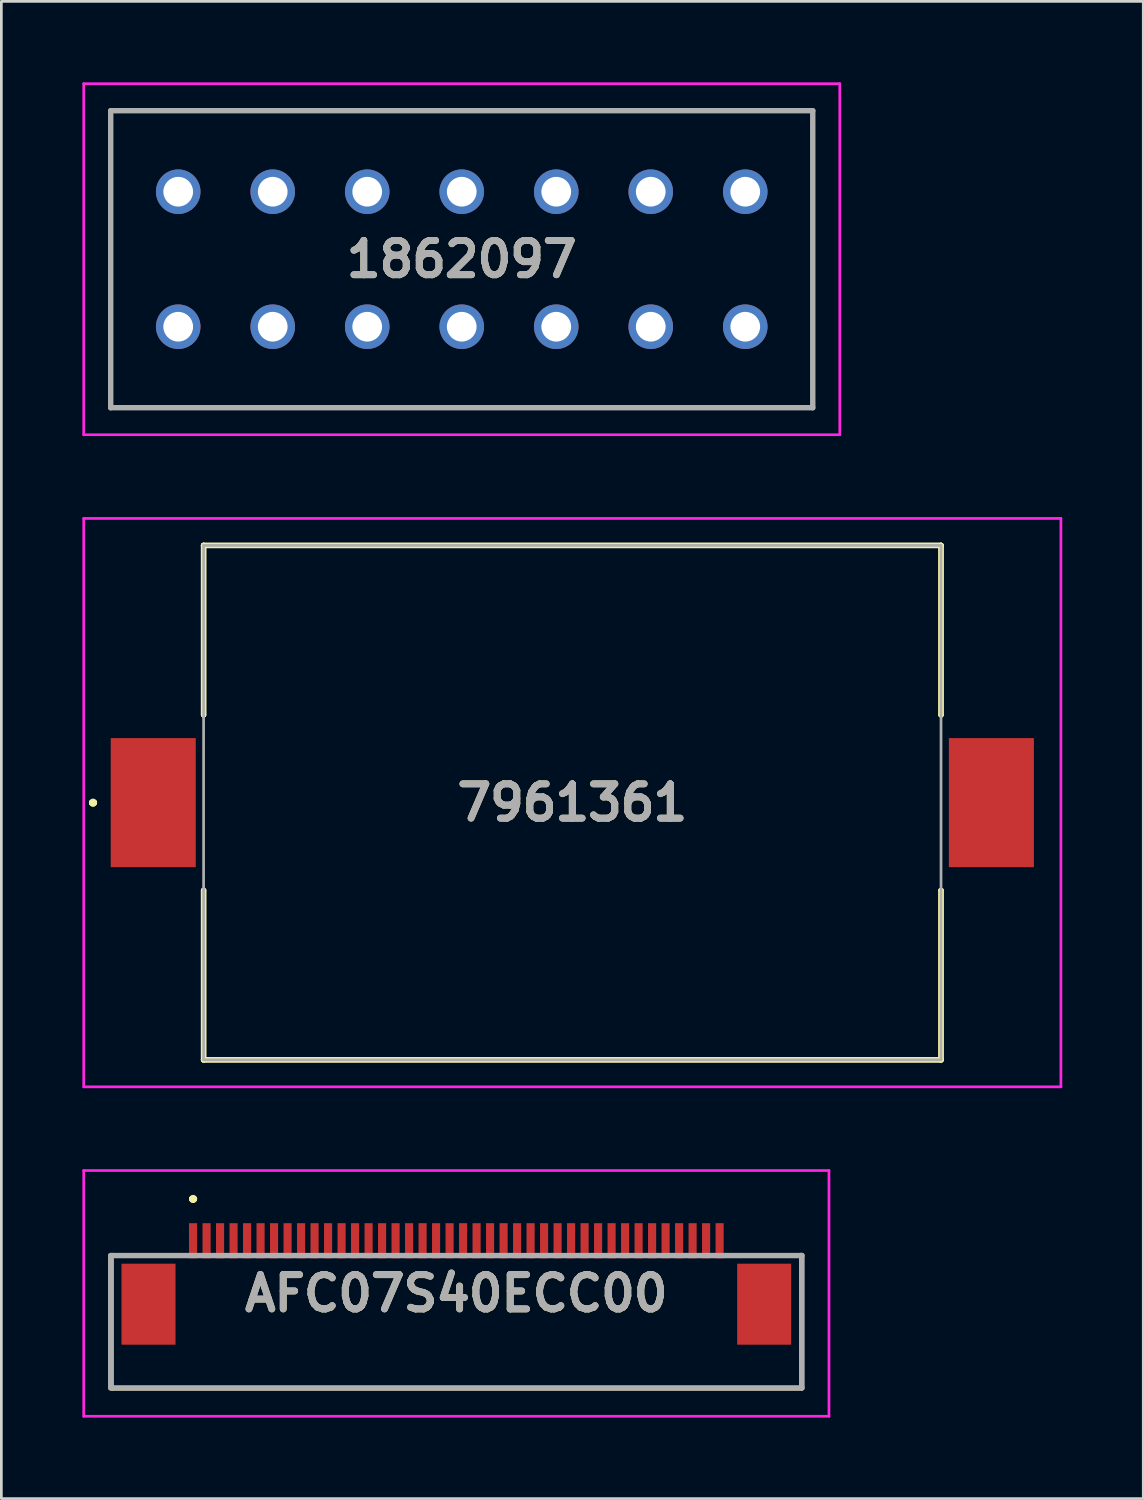
<source format=kicad_pcb>
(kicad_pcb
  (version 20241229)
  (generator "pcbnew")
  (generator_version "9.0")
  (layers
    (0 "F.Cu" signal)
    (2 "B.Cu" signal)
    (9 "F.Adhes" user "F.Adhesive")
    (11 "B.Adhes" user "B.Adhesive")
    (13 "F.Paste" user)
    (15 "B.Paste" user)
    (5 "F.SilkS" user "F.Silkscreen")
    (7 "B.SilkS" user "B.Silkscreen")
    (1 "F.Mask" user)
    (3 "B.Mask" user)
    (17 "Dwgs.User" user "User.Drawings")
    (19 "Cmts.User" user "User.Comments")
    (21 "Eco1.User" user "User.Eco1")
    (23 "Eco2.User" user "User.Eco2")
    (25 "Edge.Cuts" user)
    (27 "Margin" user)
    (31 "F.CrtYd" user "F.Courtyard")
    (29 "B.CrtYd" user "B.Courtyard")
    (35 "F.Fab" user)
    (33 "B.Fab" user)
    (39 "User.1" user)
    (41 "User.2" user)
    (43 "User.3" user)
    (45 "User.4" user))
  (footprint "7961361"
    (layer "F.Cu")
    (at 18.145 26.675)
    (property "Reference" "7961361" (at 0 0 0) (layer "F.SilkS") (effects (font (size 1.27 1.27) (thickness 0.254))))
    (attr smd)
    (fp_line (start -17.8 0) (end -17.8 0) (stroke (width 0.2) (type solid)) (layer "F.SilkS"))
    (fp_line (start -17.8 0) (end -17.8 0) (stroke (width 0.2) (type solid)) (layer "F.SilkS"))
    (fp_line (start -17.7 0) (end -17.7 0) (stroke (width 0.2) (type solid)) (layer "F.SilkS"))
    (fp_line (start -13.655 -9.525) (end -13.655 -9.525) (stroke (width 0.2) (type solid)) (layer "F.SilkS"))
    (fp_line (start -13.655 -9.525) (end -13.655 -9.525) (stroke (width 0.2) (type solid)) (layer "F.SilkS"))
    (fp_line (start -13.655 -9.525) (end -13.655 -3.25) (stroke (width 0.2) (type solid)) (layer "F.SilkS"))
    (fp_line (start -13.655 -9.525) (end 13.655 -9.525) (stroke (width 0.2) (type solid)) (layer "F.SilkS"))
    (fp_line (start -13.655 -3.25) (end -13.655 -9.525) (stroke (width 0.2) (type solid)) (layer "F.SilkS"))
    (fp_line (start -13.655 -3.25) (end -13.655 -3.25) (stroke (width 0.2) (type solid)) (layer "F.SilkS"))
    (fp_line (start -13.655 3.25) (end -13.655 3.25) (stroke (width 0.2) (type solid)) (layer "F.SilkS"))
    (fp_line (start -13.655 3.25) (end -13.655 9.525) (stroke (width 0.2) (type solid)) (layer "F.SilkS"))
    (fp_line (start -13.655 9.525) (end -13.655 3.25) (stroke (width 0.2) (type solid)) (layer "F.SilkS"))
    (fp_line (start -13.655 9.525) (end -13.655 9.525) (stroke (width 0.2) (type solid)) (layer "F.SilkS"))
    (fp_line (start -13.655 9.525) (end -13.655 9.525) (stroke (width 0.2) (type solid)) (layer "F.SilkS"))
    (fp_line (start -13.655 9.525) (end 13.655 9.525) (stroke (width 0.2) (type solid)) (layer "F.SilkS"))
    (fp_line (start 13.655 -9.525) (end -13.655 -9.525) (stroke (width 0.2) (type solid)) (layer "F.SilkS"))
    (fp_line (start 13.655 -9.525) (end 13.655 -9.525) (stroke (width 0.2) (type solid)) (layer "F.SilkS"))
    (fp_line (start 13.655 -9.525) (end 13.655 -9.525) (stroke (width 0.2) (type solid)) (layer "F.SilkS"))
    (fp_line (start 13.655 -9.525) (end 13.655 -3.25) (stroke (width 0.2) (type solid)) (layer "F.SilkS"))
    (fp_line (start 13.655 -3.25) (end 13.655 -9.525) (stroke (width 0.2) (type solid)) (layer "F.SilkS"))
    (fp_line (start 13.655 -3.25) (end 13.655 -3.25) (stroke (width 0.2) (type solid)) (layer "F.SilkS"))
    (fp_line (start 13.655 3.25) (end 13.655 3.25) (stroke (width 0.2) (type solid)) (layer "F.SilkS"))
    (fp_line (start 13.655 3.25) (end 13.655 9.525) (stroke (width 0.2) (type solid)) (layer "F.SilkS"))
    (fp_line (start 13.655 9.525) (end -13.655 9.525) (stroke (width 0.2) (type solid)) (layer "F.SilkS"))
    (fp_line (start 13.655 9.525) (end 13.655 3.25) (stroke (width 0.2) (type solid)) (layer "F.SilkS"))
    (fp_line (start 13.655 9.525) (end 13.655 9.525) (stroke (width 0.2) (type solid)) (layer "F.SilkS"))
    (fp_line (start 13.655 9.525) (end 13.655 9.525) (stroke (width 0.2) (type solid)) (layer "F.SilkS"))
    (fp_arc (start -17.8 0) (mid -17.75 -0.05) (end -17.7 0) (stroke (width 0.2) (type solid)) (layer "F.SilkS"))
    (fp_arc (start -17.7 0) (mid -17.75 0.05) (end -17.8 0) (stroke (width 0.2) (type solid)) (layer "F.SilkS"))
    (fp_arc (start -17.7 0) (mid -17.75 0.05) (end -17.8 0) (stroke (width 0.2) (type solid)) (layer "F.SilkS"))
    (fp_line (start -18.095 -10.525) (end 18.095 -10.525) (stroke (width 0.1) (type solid)) (layer "F.CrtYd"))
    (fp_line (start -18.095 10.525) (end -18.095 -10.525) (stroke (width 0.1) (type solid)) (layer "F.CrtYd"))
    (fp_line (start 18.095 -10.525) (end 18.095 10.525) (stroke (width 0.1) (type solid)) (layer "F.CrtYd"))
    (fp_line (start 18.095 10.525) (end -18.095 10.525) (stroke (width 0.1) (type solid)) (layer "F.CrtYd"))
    (fp_line (start -13.655 -9.525) (end -13.655 9.525) (stroke (width 0.1) (type solid)) (layer "F.Fab"))
    (fp_line (start -13.655 9.525) (end 13.655 9.525) (stroke (width 0.1) (type solid)) (layer "F.Fab"))
    (fp_line (start 13.655 -9.525) (end -13.655 -9.525) (stroke (width 0.1) (type solid)) (layer "F.Fab"))
    (fp_line (start 13.655 9.525) (end 13.655 -9.525) (stroke (width 0.1) (type solid)) (layer "F.Fab"))
    (fp_text user "${REFERENCE}" (at 0 0 0) (layer "F.Fab") (effects (font (size 1.27 1.27) (thickness 0.254))))
    (pad "1" smd rect (at -15.52 0) (size 3.15 4.78) (layers "F.Cu" "F.Mask" "F.Paste"))
    (pad "2" smd rect (at 15.52 0) (size 3.15 4.78) (layers "F.Cu" "F.Mask" "F.Paste")))
  (footprint "AFC07S40ECC00"
    (layer "F.Cu")
    (at 13.85 45.65)
    (property "Reference" "AFC07S40ECC00" (at 0 -0.8 0) (layer "F.SilkS") (effects (font (size 1.27 1.27) (thickness 0.254))))
    (attr smd)
    (fp_line (start -12.75 -2.25) (end -12.75 -2.25) (stroke (width 0.1) (type solid)) (layer "F.SilkS"))
    (fp_line (start -12.75 -2.25) (end -12.75 2.7) (stroke (width 0.1) (type solid)) (layer "F.SilkS"))
    (fp_line (start -12.75 2.7) (end -12.75 -2.25) (stroke (width 0.1) (type solid)) (layer "F.SilkS"))
    (fp_line (start -12.75 2.7) (end -12.75 2.7) (stroke (width 0.1) (type solid)) (layer "F.SilkS"))
    (fp_line (start -12.75 2.7) (end -12.75 2.75) (stroke (width 0.1) (type solid)) (layer "F.SilkS"))
    (fp_line (start -12.75 2.75) (end 12.8 2.75) (stroke (width 0.1) (type solid)) (layer "F.SilkS"))
    (fp_line (start -9.8 -4.3) (end -9.8 -4.3) (stroke (width 0.2) (type solid)) (layer "F.SilkS"))
    (fp_line (start -9.8 -4.3) (end -9.8 -4.3) (stroke (width 0.2) (type solid)) (layer "F.SilkS"))
    (fp_line (start -9.7 -4.3) (end -9.7 -4.3) (stroke (width 0.2) (type solid)) (layer "F.SilkS"))
    (fp_line (start 12.75 -2.25) (end 12.8 -2.25) (stroke (width 0.1) (type solid)) (layer "F.SilkS"))
    (fp_line (start 12.75 2.7) (end 12.75 -2.25) (stroke (width 0.1) (type solid)) (layer "F.SilkS"))
    (fp_line (start 12.8 -2.25) (end 12.8 2.7) (stroke (width 0.1) (type solid)) (layer "F.SilkS"))
    (fp_line (start 12.8 2.7) (end -12.75 2.7) (stroke (width 0.1) (type solid)) (layer "F.SilkS"))
    (fp_line (start 12.8 2.7) (end 12.75 2.7) (stroke (width 0.1) (type solid)) (layer "F.SilkS"))
    (fp_line (start 12.8 2.75) (end 12.8 2.7) (stroke (width 0.1) (type solid)) (layer "F.SilkS"))
    (fp_arc (start -9.8 -4.3) (mid -9.75 -4.35) (end -9.7 -4.3) (stroke (width 0.2) (type solid)) (layer "F.SilkS"))
    (fp_arc (start -9.7 -4.3) (mid -9.75 -4.25) (end -9.8 -4.3) (stroke (width 0.2) (type solid)) (layer "F.SilkS"))
    (fp_arc (start -9.7 -4.3) (mid -9.75 -4.25) (end -9.8 -4.3) (stroke (width 0.2) (type solid)) (layer "F.SilkS"))
    (fp_line (start -13.8 -5.35) (end 13.8 -5.35) (stroke (width 0.1) (type solid)) (layer "F.CrtYd"))
    (fp_line (start -13.8 3.75) (end -13.8 -5.35) (stroke (width 0.1) (type solid)) (layer "F.CrtYd"))
    (fp_line (start 13.8 -5.35) (end 13.8 3.75) (stroke (width 0.1) (type solid)) (layer "F.CrtYd"))
    (fp_line (start 13.8 3.75) (end -13.8 3.75) (stroke (width 0.1) (type solid)) (layer "F.CrtYd"))
    (fp_line (start -12.8 -2.2) (end 12.8 -2.2) (stroke (width 0.2) (type solid)) (layer "F.Fab"))
    (fp_line (start -12.8 2.7) (end -12.8 -2.2) (stroke (width 0.2) (type solid)) (layer "F.Fab"))
    (fp_line (start 12.8 -2.2) (end 12.8 2.7) (stroke (width 0.2) (type solid)) (layer "F.Fab"))
    (fp_line (start 12.8 2.7) (end -12.8 2.7) (stroke (width 0.2) (type solid)) (layer "F.Fab"))
    (fp_text user "${REFERENCE}" (at 0 -0.8 0) (layer "F.Fab") (effects (font (size 1.27 1.27) (thickness 0.254))))
    (pad "1" smd rect (at -9.75 -2.75) (size 0.3 1.3) (layers "F.Cu" "F.Mask" "F.Paste"))
    (pad "2" smd rect (at -9.25 -2.75) (size 0.3 1.3) (layers "F.Cu" "F.Mask" "F.Paste"))
    (pad "3" smd rect (at -8.75 -2.75) (size 0.3 1.3) (layers "F.Cu" "F.Mask" "F.Paste"))
    (pad "4" smd rect (at -8.25 -2.75) (size 0.3 1.3) (layers "F.Cu" "F.Mask" "F.Paste"))
    (pad "5" smd rect (at -7.75 -2.75) (size 0.3 1.3) (layers "F.Cu" "F.Mask" "F.Paste"))
    (pad "6" smd rect (at -7.25 -2.75) (size 0.3 1.3) (layers "F.Cu" "F.Mask" "F.Paste"))
    (pad "7" smd rect (at -6.75 -2.75) (size 0.3 1.3) (layers "F.Cu" "F.Mask" "F.Paste"))
    (pad "8" smd rect (at -6.25 -2.75) (size 0.3 1.3) (layers "F.Cu" "F.Mask" "F.Paste"))
    (pad "9" smd rect (at -5.75 -2.75) (size 0.3 1.3) (layers "F.Cu" "F.Mask" "F.Paste"))
    (pad "10" smd rect (at -5.25 -2.75) (size 0.3 1.3) (layers "F.Cu" "F.Mask" "F.Paste"))
    (pad "11" smd rect (at -4.75 -2.75) (size 0.3 1.3) (layers "F.Cu" "F.Mask" "F.Paste"))
    (pad "12" smd rect (at -4.25 -2.75) (size 0.3 1.3) (layers "F.Cu" "F.Mask" "F.Paste"))
    (pad "13" smd rect (at -3.75 -2.75) (size 0.3 1.3) (layers "F.Cu" "F.Mask" "F.Paste"))
    (pad "14" smd rect (at -3.25 -2.75) (size 0.3 1.3) (layers "F.Cu" "F.Mask" "F.Paste"))
    (pad "15" smd rect (at -2.75 -2.75) (size 0.3 1.3) (layers "F.Cu" "F.Mask" "F.Paste"))
    (pad "16" smd rect (at -2.25 -2.75) (size 0.3 1.3) (layers "F.Cu" "F.Mask" "F.Paste"))
    (pad "17" smd rect (at -1.75 -2.75) (size 0.3 1.3) (layers "F.Cu" "F.Mask" "F.Paste"))
    (pad "18" smd rect (at -1.25 -2.75) (size 0.3 1.3) (layers "F.Cu" "F.Mask" "F.Paste"))
    (pad "19" smd rect (at -0.75 -2.75) (size 0.3 1.3) (layers "F.Cu" "F.Mask" "F.Paste"))
    (pad "20" smd rect (at -0.25 -2.75) (size 0.3 1.3) (layers "F.Cu" "F.Mask" "F.Paste"))
    (pad "21" smd rect (at 0.25 -2.75) (size 0.3 1.3) (layers "F.Cu" "F.Mask" "F.Paste"))
    (pad "22" smd rect (at 0.75 -2.75) (size 0.3 1.3) (layers "F.Cu" "F.Mask" "F.Paste"))
    (pad "23" smd rect (at 1.25 -2.75) (size 0.3 1.3) (layers "F.Cu" "F.Mask" "F.Paste"))
    (pad "24" smd rect (at 1.75 -2.75) (size 0.3 1.3) (layers "F.Cu" "F.Mask" "F.Paste"))
    (pad "25" smd rect (at 2.25 -2.75) (size 0.3 1.3) (layers "F.Cu" "F.Mask" "F.Paste"))
    (pad "26" smd rect (at 2.75 -2.75) (size 0.3 1.3) (layers "F.Cu" "F.Mask" "F.Paste"))
    (pad "27" smd rect (at 3.25 -2.75) (size 0.3 1.3) (layers "F.Cu" "F.Mask" "F.Paste"))
    (pad "28" smd rect (at 3.75 -2.75) (size 0.3 1.3) (layers "F.Cu" "F.Mask" "F.Paste"))
    (pad "29" smd rect (at 4.25 -2.75) (size 0.3 1.3) (layers "F.Cu" "F.Mask" "F.Paste"))
    (pad "30" smd rect (at 4.75 -2.75) (size 0.3 1.3) (layers "F.Cu" "F.Mask" "F.Paste"))
    (pad "31" smd rect (at 5.25 -2.75) (size 0.3 1.3) (layers "F.Cu" "F.Mask" "F.Paste"))
    (pad "32" smd rect (at 5.75 -2.75) (size 0.3 1.3) (layers "F.Cu" "F.Mask" "F.Paste"))
    (pad "33" smd rect (at 6.25 -2.75) (size 0.3 1.3) (layers "F.Cu" "F.Mask" "F.Paste"))
    (pad "34" smd rect (at 6.75 -2.75) (size 0.3 1.3) (layers "F.Cu" "F.Mask" "F.Paste"))
    (pad "35" smd rect (at 7.25 -2.75) (size 0.3 1.3) (layers "F.Cu" "F.Mask" "F.Paste"))
    (pad "36" smd rect (at 7.75 -2.75) (size 0.3 1.3) (layers "F.Cu" "F.Mask" "F.Paste"))
    (pad "37" smd rect (at 8.25 -2.75) (size 0.3 1.3) (layers "F.Cu" "F.Mask" "F.Paste"))
    (pad "38" smd rect (at 8.75 -2.75) (size 0.3 1.3) (layers "F.Cu" "F.Mask" "F.Paste"))
    (pad "39" smd rect (at 9.25 -2.75) (size 0.3 1.3) (layers "F.Cu" "F.Mask" "F.Paste"))
    (pad "40" smd rect (at 9.75 -2.75) (size 0.3 1.3) (layers "F.Cu" "F.Mask" "F.Paste"))
    (pad "MP1" smd rect (at -11.4 -0.4) (size 2 3) (layers "F.Cu" "F.Mask" "F.Paste"))
    (pad "MP2" smd rect (at 11.4 -0.4) (size 2 3) (layers "F.Cu" "F.Mask" "F.Paste")))
  (footprint "1862097"
    (layer "F.Cu")
    (at 3.55 9.05)
    (property "Reference" "1862097" (at 10.5 -2.5 0) (layer "F.SilkS") (effects (font (size 1.27 1.27) (thickness 0.254))))
    (attr through_hole)
    (fp_line (start -2.5 -8) (end 23.5 -8) (stroke (width 0.1) (type solid)) (layer "F.SilkS"))
    (fp_line (start -2.5 3) (end -2.5 -8) (stroke (width 0.1) (type solid)) (layer "F.SilkS"))
    (fp_line (start 23.5 -8) (end 23.5 3) (stroke (width 0.1) (type solid)) (layer "F.SilkS"))
    (fp_line (start 23.5 3) (end -2.5 3) (stroke (width 0.1) (type solid)) (layer "F.SilkS"))
    (fp_line (start -3.5 -9) (end 24.5 -9) (stroke (width 0.1) (type solid)) (layer "F.CrtYd"))
    (fp_line (start -3.5 4) (end -3.5 -9) (stroke (width 0.1) (type solid)) (layer "F.CrtYd"))
    (fp_line (start 24.5 -9) (end 24.5 4) (stroke (width 0.1) (type solid)) (layer "F.CrtYd"))
    (fp_line (start 24.5 4) (end -3.5 4) (stroke (width 0.1) (type solid)) (layer "F.CrtYd"))
    (fp_line (start -2.5 -8) (end 23.5 -8) (stroke (width 0.2) (type solid)) (layer "F.Fab"))
    (fp_line (start -2.5 3) (end -2.5 -8) (stroke (width 0.2) (type solid)) (layer "F.Fab"))
    (fp_line (start 23.5 -8) (end 23.5 3) (stroke (width 0.2) (type solid)) (layer "F.Fab"))
    (fp_line (start 23.5 3) (end -2.5 3) (stroke (width 0.2) (type solid)) (layer "F.Fab"))
    (fp_text user "${REFERENCE}" (at 10.5 -2.5 0) (layer "F.Fab") (effects (font (size 1.27 1.27) (thickness 0.254))))
    (pad "1" thru_hole circle (at 0 0) (size 1.65 1.65) (drill 1.1) (layers "*.Cu" "*.Mask"))
    (pad "2" thru_hole circle (at 0 -5) (size 1.65 1.65) (drill 1.1) (layers "*.Cu" "*.Mask"))
    (pad "3" thru_hole circle (at 3.5 0) (size 1.65 1.65) (drill 1.1) (layers "*.Cu" "*.Mask"))
    (pad "4" thru_hole circle (at 3.5 -5) (size 1.65 1.65) (drill 1.1) (layers "*.Cu" "*.Mask"))
    (pad "5" thru_hole circle (at 7 0) (size 1.65 1.65) (drill 1.1) (layers "*.Cu" "*.Mask"))
    (pad "6" thru_hole circle (at 7 -5) (size 1.65 1.65) (drill 1.1) (layers "*.Cu" "*.Mask"))
    (pad "7" thru_hole circle (at 10.5 0) (size 1.65 1.65) (drill 1.1) (layers "*.Cu" "*.Mask"))
    (pad "8" thru_hole circle (at 10.5 -5) (size 1.65 1.65) (drill 1.1) (layers "*.Cu" "*.Mask"))
    (pad "9" thru_hole circle (at 14 0) (size 1.65 1.65) (drill 1.1) (layers "*.Cu" "*.Mask"))
    (pad "10" thru_hole circle (at 14 -5) (size 1.65 1.65) (drill 1.1) (layers "*.Cu" "*.Mask"))
    (pad "11" thru_hole circle (at 17.5 0) (size 1.65 1.65) (drill 1.1) (layers "*.Cu" "*.Mask"))
    (pad "12" thru_hole circle (at 17.5 -5) (size 1.65 1.65) (drill 1.1) (layers "*.Cu" "*.Mask"))
    (pad "13" thru_hole circle (at 21 0) (size 1.65 1.65) (drill 1.1) (layers "*.Cu" "*.Mask"))
    (pad "14" thru_hole circle (at 21 -5) (size 1.65 1.65) (drill 1.1) (layers "*.Cu" "*.Mask")))
  (gr_rect
    (start -3 -3)
    (end 39.29 52.45)
    (stroke (width 0.1) (type default))
    (fill no)
    (layer "Edge.Cuts")))
</source>
